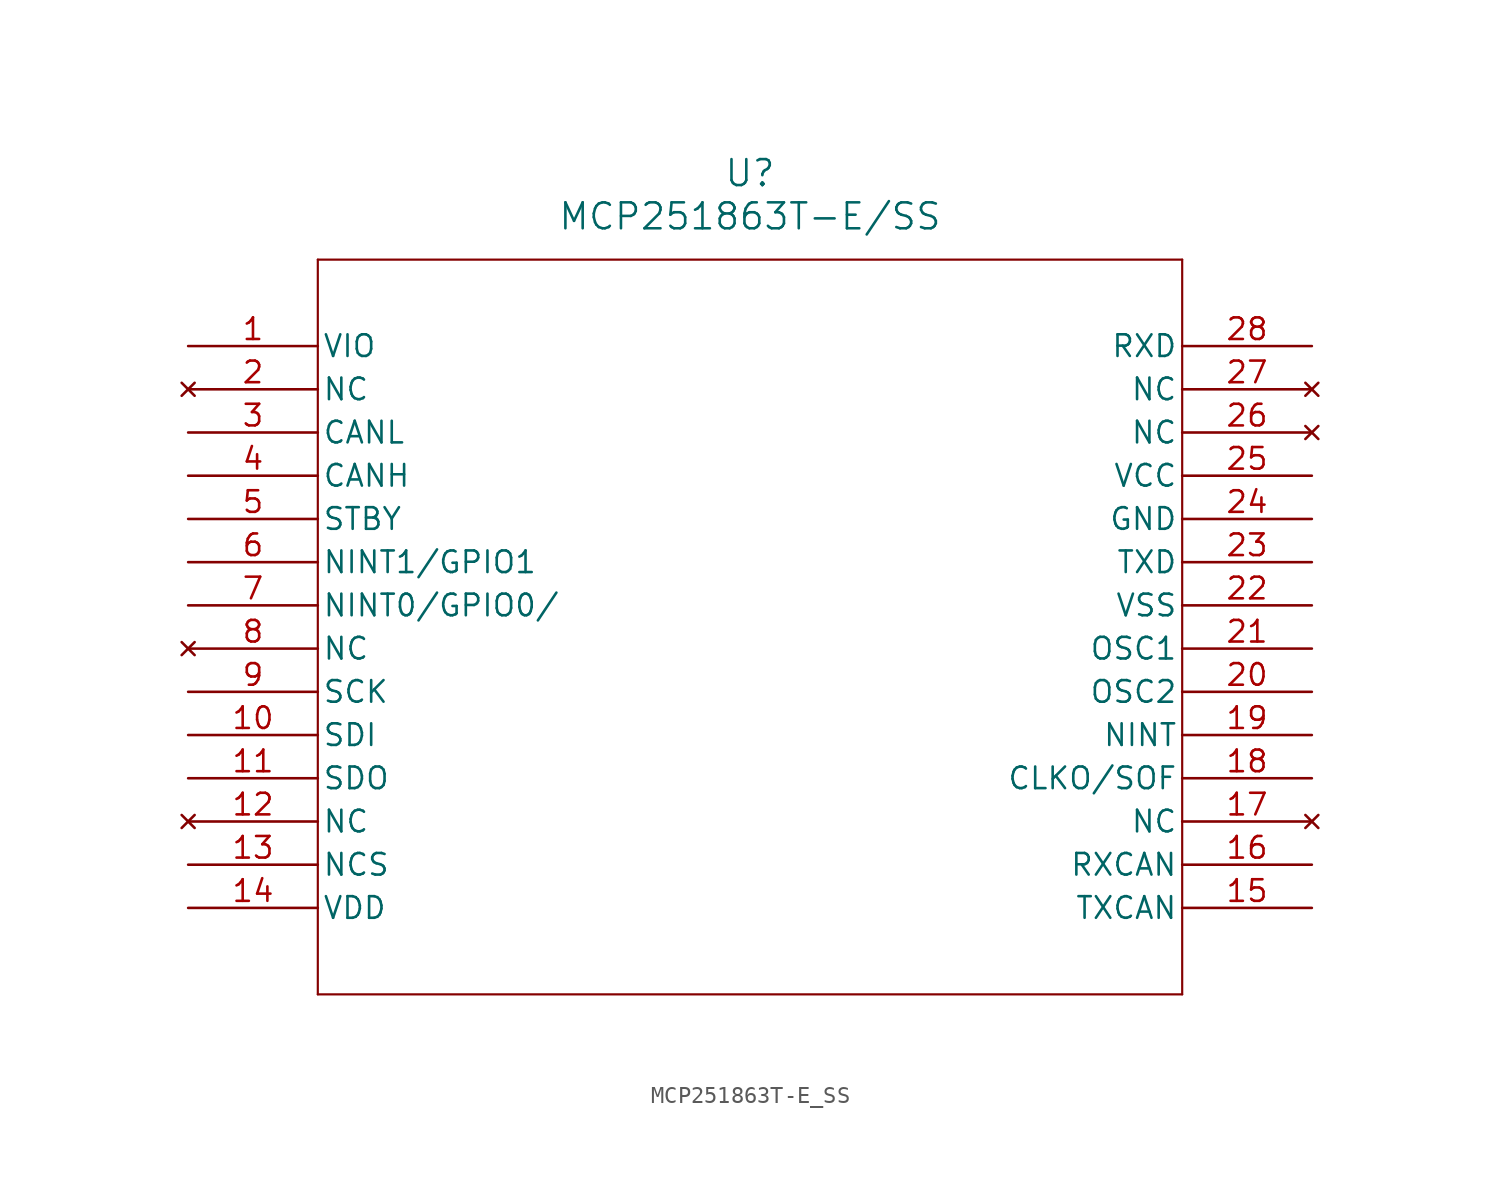
<source format=kicad_sym>
(kicad_symbol_lib
  (version 20211014)
  (generator kicad_symbol_editor)
  (symbol "MCP251863T-E_SS"
    (pin_names
      (offset 0.254))
    (property "Reference" "U"
      (at 33.02 10.16 0)
      (effects (font (size 1.524 1.524))))
    (property "Value" "MCP251863T-E/SS"
      (at 33.02 7.62 0)
      (effects (font (size 1.524 1.524))))
    (symbol "MCP251863T-E_SS_0_1"
      (polyline (pts (xy 7.62 5.08) (xy 7.62 -38.1)) (stroke (width 0.127) (type default) (color 0 0 0 0)) (fill (type none)))
      (polyline (pts (xy 7.62 -38.1) (xy 58.42 -38.1)) (stroke (width 0.127) (type default) (color 0 0 0 0)) (fill (type none)))
      (polyline (pts (xy 58.42 -38.1) (xy 58.42 5.08)) (stroke (width 0.127) (type default) (color 0 0 0 0)) (fill (type none)))
      (polyline (pts (xy 58.42 5.08) (xy 7.62 5.08)) (stroke (width 0.127) (type default) (color 0 0 0 0)) (fill (type none)))
      (pin power_in line (at 0 0 0) (length 7.62) (name "VIO" (effects (font (size 1.27 1.27)))) (number "1" (effects (font (size 1.27 1.27)))))
      (pin no_connect line (at 0 -2.54 0) (length 7.62) (name "NC" (effects (font (size 1.27 1.27)))) (number "2" (effects (font (size 1.27 1.27)))))
      (pin bidirectional line (at 0 -5.08 0) (length 7.62) (name "CANL" (effects (font (size 1.27 1.27)))) (number "3" (effects (font (size 1.27 1.27)))))
      (pin bidirectional line (at 0 -7.62 0) (length 7.62) (name "CANH" (effects (font (size 1.27 1.27)))) (number "4" (effects (font (size 1.27 1.27)))))
      (pin input line (at 0 -10.16 0) (length 7.62) (name "STBY" (effects (font (size 1.27 1.27)))) (number "5" (effects (font (size 1.27 1.27)))))
      (pin bidirectional line (at 0 -12.7 0) (length 7.62) (name "NINT1/GPIO1" (effects (font (size 1.27 1.27)))) (number "6" (effects (font (size 1.27 1.27)))))
      (pin bidirectional line (at 0 -15.24 0) (length 7.62) (name "NINT0/GPIO0/" (effects (font (size 1.27 1.27)))) (number "7" (effects (font (size 1.27 1.27)))))
      (pin no_connect line (at 0 -17.78 0) (length 7.62) (name "NC" (effects (font (size 1.27 1.27)))) (number "8" (effects (font (size 1.27 1.27)))))
      (pin input line (at 0 -20.32 0) (length 7.62) (name "SCK" (effects (font (size 1.27 1.27)))) (number "9" (effects (font (size 1.27 1.27)))))
      (pin input line (at 0 -22.86 0) (length 7.62) (name "SDI" (effects (font (size 1.27 1.27)))) (number "10" (effects (font (size 1.27 1.27)))))
      (pin output line (at 0 -25.4 0) (length 7.62) (name "SDO" (effects (font (size 1.27 1.27)))) (number "11" (effects (font (size 1.27 1.27)))))
      (pin no_connect line (at 0 -27.94 0) (length 7.62) (name "NC" (effects (font (size 1.27 1.27)))) (number "12" (effects (font (size 1.27 1.27)))))
      (pin input line (at 0 -30.48 0) (length 7.62) (name "NCS" (effects (font (size 1.27 1.27)))) (number "13" (effects (font (size 1.27 1.27)))))
      (pin power_in line (at 0 -33.02 0) (length 7.62) (name "VDD" (effects (font (size 1.27 1.27)))) (number "14" (effects (font (size 1.27 1.27)))))
      (pin output line (at 66.04 -33.02 180) (length 7.62) (name "TXCAN" (effects (font (size 1.27 1.27)))) (number "15" (effects (font (size 1.27 1.27)))))
      (pin input line (at 66.04 -30.48 180) (length 7.62) (name "RXCAN" (effects (font (size 1.27 1.27)))) (number "16" (effects (font (size 1.27 1.27)))))
      (pin no_connect line (at 66.04 -27.94 180) (length 7.62) (name "NC" (effects (font (size 1.27 1.27)))) (number "17" (effects (font (size 1.27 1.27)))))
      (pin output line (at 66.04 -25.4 180) (length 7.62) (name "CLKO/SOF" (effects (font (size 1.27 1.27)))) (number "18" (effects (font (size 1.27 1.27)))))
      (pin output line (at 66.04 -22.86 180) (length 7.62) (name "NINT" (effects (font (size 1.27 1.27)))) (number "19" (effects (font (size 1.27 1.27)))))
      (pin output line (at 66.04 -20.32 180) (length 7.62) (name "OSC2" (effects (font (size 1.27 1.27)))) (number "20" (effects (font (size 1.27 1.27)))))
      (pin input line (at 66.04 -17.78 180) (length 7.62) (name "OSC1" (effects (font (size 1.27 1.27)))) (number "21" (effects (font (size 1.27 1.27)))))
      (pin power_in line (at 66.04 -15.24 180) (length 7.62) (name "VSS" (effects (font (size 1.27 1.27)))) (number "22" (effects (font (size 1.27 1.27)))))
      (pin input line (at 66.04 -12.7 180) (length 7.62) (name "TXD" (effects (font (size 1.27 1.27)))) (number "23" (effects (font (size 1.27 1.27)))))
      (pin power_in line (at 66.04 -10.16 180) (length 7.62) (name "GND" (effects (font (size 1.27 1.27)))) (number "24" (effects (font (size 1.27 1.27)))))
      (pin power_in line (at 66.04 -7.62 180) (length 7.62) (name "VCC" (effects (font (size 1.27 1.27)))) (number "25" (effects (font (size 1.27 1.27)))))
      (pin no_connect line (at 66.04 -5.08 180) (length 7.62) (name "NC" (effects (font (size 1.27 1.27)))) (number "26" (effects (font (size 1.27 1.27)))))
      (pin no_connect line (at 66.04 -2.54 180) (length 7.62) (name "NC" (effects (font (size 1.27 1.27)))) (number "27" (effects (font (size 1.27 1.27)))))
      (pin output line (at 66.04 0 180) (length 7.62) (name "RXD" (effects (font (size 1.27 1.27)))) (number "28" (effects (font (size 1.27 1.27))))))))
</source>
